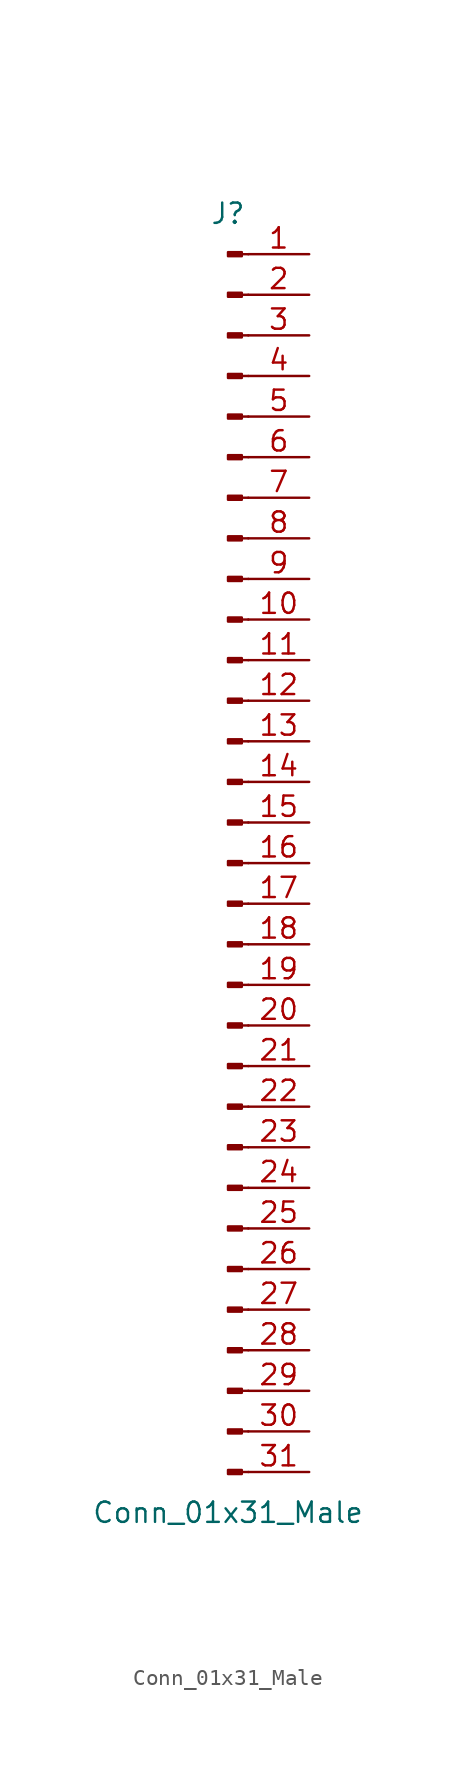
<source format=kicad_sym>
(kicad_symbol_lib
  (version 20220914)
  (generator kicad_symbol_editor)
  (symbol "Conn_01x31_Male"
    (pin_names
      (offset 1.016) hide)
    (property "Reference" "J"
      (at 0 40.64 0)
      (effects (font (size 1.27 1.27))))
    (property "Value" "Conn_01x31_Male"
      (at 0 -40.64 0)
      (effects (font (size 1.27 1.27))))
    (symbol "Conn_01x31_Male_1_1"
      (polyline (pts (xy 1.27 -38.1) (xy 0.864 -38.1)) (stroke (width 0.152) (type default)) (fill (type none)))
      (polyline (pts (xy 1.27 -35.56) (xy 0.864 -35.56)) (stroke (width 0.152) (type default)) (fill (type none)))
      (polyline (pts (xy 1.27 -33.02) (xy 0.864 -33.02)) (stroke (width 0.152) (type default)) (fill (type none)))
      (polyline (pts (xy 1.27 -30.48) (xy 0.864 -30.48)) (stroke (width 0.152) (type default)) (fill (type none)))
      (polyline (pts (xy 1.27 -27.94) (xy 0.864 -27.94)) (stroke (width 0.152) (type default)) (fill (type none)))
      (polyline (pts (xy 1.27 -25.4) (xy 0.864 -25.4)) (stroke (width 0.152) (type default)) (fill (type none)))
      (polyline (pts (xy 1.27 -22.86) (xy 0.864 -22.86)) (stroke (width 0.152) (type default)) (fill (type none)))
      (polyline (pts (xy 1.27 -20.32) (xy 0.864 -20.32)) (stroke (width 0.152) (type default)) (fill (type none)))
      (polyline (pts (xy 1.27 -17.78) (xy 0.864 -17.78)) (stroke (width 0.152) (type default)) (fill (type none)))
      (polyline (pts (xy 1.27 -15.24) (xy 0.864 -15.24)) (stroke (width 0.152) (type default)) (fill (type none)))
      (polyline (pts (xy 1.27 -12.7) (xy 0.864 -12.7)) (stroke (width 0.152) (type default)) (fill (type none)))
      (polyline (pts (xy 1.27 -10.16) (xy 0.864 -10.16)) (stroke (width 0.152) (type default)) (fill (type none)))
      (polyline (pts (xy 1.27 -7.62) (xy 0.864 -7.62)) (stroke (width 0.152) (type default)) (fill (type none)))
      (polyline (pts (xy 1.27 -5.08) (xy 0.864 -5.08)) (stroke (width 0.152) (type default)) (fill (type none)))
      (polyline (pts (xy 1.27 -2.54) (xy 0.864 -2.54)) (stroke (width 0.152) (type default)) (fill (type none)))
      (polyline (pts (xy 1.27 0) (xy 0.864 0)) (stroke (width 0.152) (type default)) (fill (type none)))
      (polyline (pts (xy 1.27 2.54) (xy 0.864 2.54)) (stroke (width 0.152) (type default)) (fill (type none)))
      (polyline (pts (xy 1.27 5.08) (xy 0.864 5.08)) (stroke (width 0.152) (type default)) (fill (type none)))
      (polyline (pts (xy 1.27 7.62) (xy 0.864 7.62)) (stroke (width 0.152) (type default)) (fill (type none)))
      (polyline (pts (xy 1.27 10.16) (xy 0.864 10.16)) (stroke (width 0.152) (type default)) (fill (type none)))
      (polyline (pts (xy 1.27 12.7) (xy 0.864 12.7)) (stroke (width 0.152) (type default)) (fill (type none)))
      (polyline (pts (xy 1.27 15.24) (xy 0.864 15.24)) (stroke (width 0.152) (type default)) (fill (type none)))
      (polyline (pts (xy 1.27 17.78) (xy 0.864 17.78)) (stroke (width 0.152) (type default)) (fill (type none)))
      (polyline (pts (xy 1.27 20.32) (xy 0.864 20.32)) (stroke (width 0.152) (type default)) (fill (type none)))
      (polyline (pts (xy 1.27 22.86) (xy 0.864 22.86)) (stroke (width 0.152) (type default)) (fill (type none)))
      (polyline (pts (xy 1.27 25.4) (xy 0.864 25.4)) (stroke (width 0.152) (type default)) (fill (type none)))
      (polyline (pts (xy 1.27 27.94) (xy 0.864 27.94)) (stroke (width 0.152) (type default)) (fill (type none)))
      (polyline (pts (xy 1.27 30.48) (xy 0.864 30.48)) (stroke (width 0.152) (type default)) (fill (type none)))
      (polyline (pts (xy 1.27 33.02) (xy 0.864 33.02)) (stroke (width 0.152) (type default)) (fill (type none)))
      (polyline (pts (xy 1.27 35.56) (xy 0.864 35.56)) (stroke (width 0.152) (type default)) (fill (type none)))
      (polyline (pts (xy 1.27 38.1) (xy 0.864 38.1)) (stroke (width 0.152) (type default)) (fill (type none)))
      (rectangle (start 0.864 -37.973) (end 0 -38.227) (stroke (width 0.152) (type default)) (fill (type outline)))
      (rectangle (start 0.864 -35.433) (end 0 -35.687) (stroke (width 0.152) (type default)) (fill (type outline)))
      (rectangle (start 0.864 -32.893) (end 0 -33.147) (stroke (width 0.152) (type default)) (fill (type outline)))
      (rectangle (start 0.864 -30.353) (end 0 -30.607) (stroke (width 0.152) (type default)) (fill (type outline)))
      (rectangle (start 0.864 -27.813) (end 0 -28.067) (stroke (width 0.152) (type default)) (fill (type outline)))
      (rectangle (start 0.864 -25.273) (end 0 -25.527) (stroke (width 0.152) (type default)) (fill (type outline)))
      (rectangle (start 0.864 -22.733) (end 0 -22.987) (stroke (width 0.152) (type default)) (fill (type outline)))
      (rectangle (start 0.864 -20.193) (end 0 -20.447) (stroke (width 0.152) (type default)) (fill (type outline)))
      (rectangle (start 0.864 -17.653) (end 0 -17.907) (stroke (width 0.152) (type default)) (fill (type outline)))
      (rectangle (start 0.864 -15.113) (end 0 -15.367) (stroke (width 0.152) (type default)) (fill (type outline)))
      (rectangle (start 0.864 -12.573) (end 0 -12.827) (stroke (width 0.152) (type default)) (fill (type outline)))
      (rectangle (start 0.864 -10.033) (end 0 -10.287) (stroke (width 0.152) (type default)) (fill (type outline)))
      (rectangle (start 0.864 -7.493) (end 0 -7.747) (stroke (width 0.152) (type default)) (fill (type outline)))
      (rectangle (start 0.864 -4.953) (end 0 -5.207) (stroke (width 0.152) (type default)) (fill (type outline)))
      (rectangle (start 0.864 -2.413) (end 0 -2.667) (stroke (width 0.152) (type default)) (fill (type outline)))
      (rectangle (start 0.864 0.127) (end 0 -0.127) (stroke (width 0.152) (type default)) (fill (type outline)))
      (rectangle (start 0.864 2.667) (end 0 2.413) (stroke (width 0.152) (type default)) (fill (type outline)))
      (rectangle (start 0.864 5.207) (end 0 4.953) (stroke (width 0.152) (type default)) (fill (type outline)))
      (rectangle (start 0.864 7.747) (end 0 7.493) (stroke (width 0.152) (type default)) (fill (type outline)))
      (rectangle (start 0.864 10.287) (end 0 10.033) (stroke (width 0.152) (type default)) (fill (type outline)))
      (rectangle (start 0.864 12.827) (end 0 12.573) (stroke (width 0.152) (type default)) (fill (type outline)))
      (rectangle (start 0.864 15.367) (end 0 15.113) (stroke (width 0.152) (type default)) (fill (type outline)))
      (rectangle (start 0.864 17.907) (end 0 17.653) (stroke (width 0.152) (type default)) (fill (type outline)))
      (rectangle (start 0.864 20.447) (end 0 20.193) (stroke (width 0.152) (type default)) (fill (type outline)))
      (rectangle (start 0.864 22.987) (end 0 22.733) (stroke (width 0.152) (type default)) (fill (type outline)))
      (rectangle (start 0.864 25.527) (end 0 25.273) (stroke (width 0.152) (type default)) (fill (type outline)))
      (rectangle (start 0.864 28.067) (end 0 27.813) (stroke (width 0.152) (type default)) (fill (type outline)))
      (rectangle (start 0.864 30.607) (end 0 30.353) (stroke (width 0.152) (type default)) (fill (type outline)))
      (rectangle (start 0.864 33.147) (end 0 32.893) (stroke (width 0.152) (type default)) (fill (type outline)))
      (rectangle (start 0.864 35.687) (end 0 35.433) (stroke (width 0.152) (type default)) (fill (type outline)))
      (rectangle (start 0.864 38.227) (end 0 37.973) (stroke (width 0.152) (type default)) (fill (type outline)))
      (pin passive line (at 5.08 38.1 180) (length 3.81) (name "Pin_1" (effects (font (size 1.27 1.27)))) (number "1" (effects (font (size 1.27 1.27)))))
      (pin passive line (at 5.08 15.24 180) (length 3.81) (name "Pin_10" (effects (font (size 1.27 1.27)))) (number "10" (effects (font (size 1.27 1.27)))))
      (pin passive line (at 5.08 12.7 180) (length 3.81) (name "Pin_11" (effects (font (size 1.27 1.27)))) (number "11" (effects (font (size 1.27 1.27)))))
      (pin passive line (at 5.08 10.16 180) (length 3.81) (name "Pin_12" (effects (font (size 1.27 1.27)))) (number "12" (effects (font (size 1.27 1.27)))))
      (pin passive line (at 5.08 7.62 180) (length 3.81) (name "Pin_13" (effects (font (size 1.27 1.27)))) (number "13" (effects (font (size 1.27 1.27)))))
      (pin passive line (at 5.08 5.08 180) (length 3.81) (name "Pin_14" (effects (font (size 1.27 1.27)))) (number "14" (effects (font (size 1.27 1.27)))))
      (pin passive line (at 5.08 2.54 180) (length 3.81) (name "Pin_15" (effects (font (size 1.27 1.27)))) (number "15" (effects (font (size 1.27 1.27)))))
      (pin passive line (at 5.08 0 180) (length 3.81) (name "Pin_16" (effects (font (size 1.27 1.27)))) (number "16" (effects (font (size 1.27 1.27)))))
      (pin passive line (at 5.08 -2.54 180) (length 3.81) (name "Pin_17" (effects (font (size 1.27 1.27)))) (number "17" (effects (font (size 1.27 1.27)))))
      (pin passive line (at 5.08 -5.08 180) (length 3.81) (name "Pin_18" (effects (font (size 1.27 1.27)))) (number "18" (effects (font (size 1.27 1.27)))))
      (pin passive line (at 5.08 -7.62 180) (length 3.81) (name "Pin_19" (effects (font (size 1.27 1.27)))) (number "19" (effects (font (size 1.27 1.27)))))
      (pin passive line (at 5.08 35.56 180) (length 3.81) (name "Pin_2" (effects (font (size 1.27 1.27)))) (number "2" (effects (font (size 1.27 1.27)))))
      (pin passive line (at 5.08 -10.16 180) (length 3.81) (name "Pin_20" (effects (font (size 1.27 1.27)))) (number "20" (effects (font (size 1.27 1.27)))))
      (pin passive line (at 5.08 -12.7 180) (length 3.81) (name "Pin_21" (effects (font (size 1.27 1.27)))) (number "21" (effects (font (size 1.27 1.27)))))
      (pin passive line (at 5.08 -15.24 180) (length 3.81) (name "Pin_22" (effects (font (size 1.27 1.27)))) (number "22" (effects (font (size 1.27 1.27)))))
      (pin passive line (at 5.08 -17.78 180) (length 3.81) (name "Pin_23" (effects (font (size 1.27 1.27)))) (number "23" (effects (font (size 1.27 1.27)))))
      (pin passive line (at 5.08 -20.32 180) (length 3.81) (name "Pin_24" (effects (font (size 1.27 1.27)))) (number "24" (effects (font (size 1.27 1.27)))))
      (pin passive line (at 5.08 -22.86 180) (length 3.81) (name "Pin_25" (effects (font (size 1.27 1.27)))) (number "25" (effects (font (size 1.27 1.27)))))
      (pin passive line (at 5.08 -25.4 180) (length 3.81) (name "Pin_26" (effects (font (size 1.27 1.27)))) (number "26" (effects (font (size 1.27 1.27)))))
      (pin passive line (at 5.08 -27.94 180) (length 3.81) (name "Pin_27" (effects (font (size 1.27 1.27)))) (number "27" (effects (font (size 1.27 1.27)))))
      (pin passive line (at 5.08 -30.48 180) (length 3.81) (name "Pin_28" (effects (font (size 1.27 1.27)))) (number "28" (effects (font (size 1.27 1.27)))))
      (pin passive line (at 5.08 -33.02 180) (length 3.81) (name "Pin_29" (effects (font (size 1.27 1.27)))) (number "29" (effects (font (size 1.27 1.27)))))
      (pin passive line (at 5.08 33.02 180) (length 3.81) (name "Pin_3" (effects (font (size 1.27 1.27)))) (number "3" (effects (font (size 1.27 1.27)))))
      (pin passive line (at 5.08 -35.56 180) (length 3.81) (name "Pin_30" (effects (font (size 1.27 1.27)))) (number "30" (effects (font (size 1.27 1.27)))))
      (pin passive line (at 5.08 -38.1 180) (length 3.81) (name "Pin_31" (effects (font (size 1.27 1.27)))) (number "31" (effects (font (size 1.27 1.27)))))
      (pin passive line (at 5.08 30.48 180) (length 3.81) (name "Pin_4" (effects (font (size 1.27 1.27)))) (number "4" (effects (font (size 1.27 1.27)))))
      (pin passive line (at 5.08 27.94 180) (length 3.81) (name "Pin_5" (effects (font (size 1.27 1.27)))) (number "5" (effects (font (size 1.27 1.27)))))
      (pin passive line (at 5.08 25.4 180) (length 3.81) (name "Pin_6" (effects (font (size 1.27 1.27)))) (number "6" (effects (font (size 1.27 1.27)))))
      (pin passive line (at 5.08 22.86 180) (length 3.81) (name "Pin_7" (effects (font (size 1.27 1.27)))) (number "7" (effects (font (size 1.27 1.27)))))
      (pin passive line (at 5.08 20.32 180) (length 3.81) (name "Pin_8" (effects (font (size 1.27 1.27)))) (number "8" (effects (font (size 1.27 1.27)))))
      (pin passive line (at 5.08 17.78 180) (length 3.81) (name "Pin_9" (effects (font (size 1.27 1.27)))) (number "9" (effects (font (size 1.27 1.27))))))))
</source>
